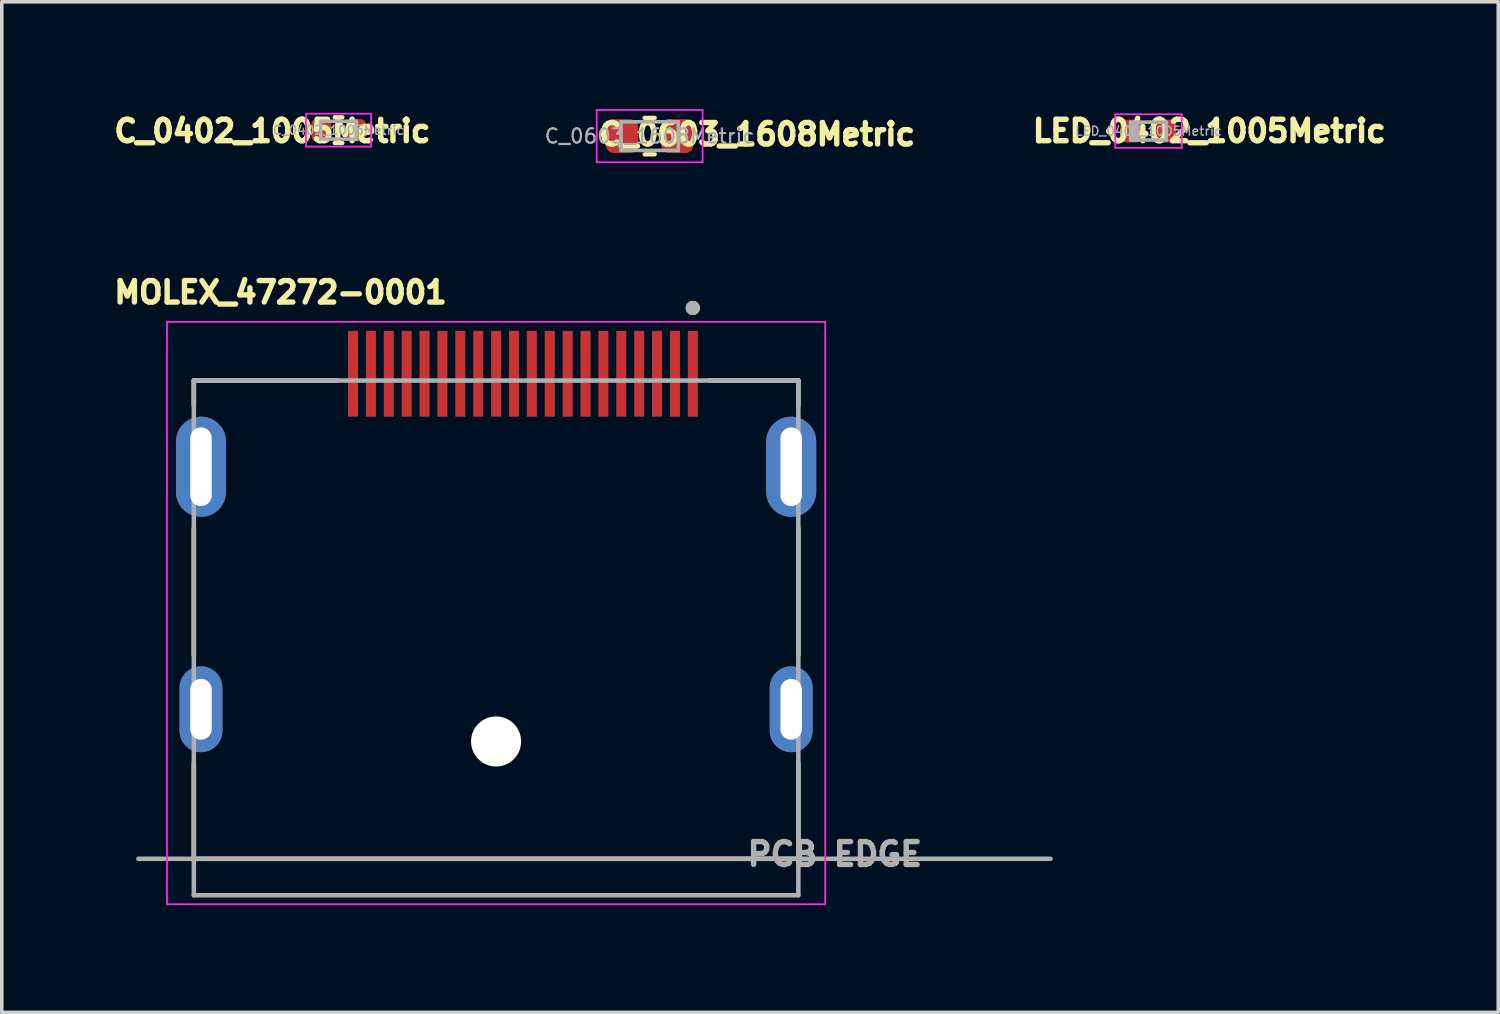
<source format=kicad_pcb>
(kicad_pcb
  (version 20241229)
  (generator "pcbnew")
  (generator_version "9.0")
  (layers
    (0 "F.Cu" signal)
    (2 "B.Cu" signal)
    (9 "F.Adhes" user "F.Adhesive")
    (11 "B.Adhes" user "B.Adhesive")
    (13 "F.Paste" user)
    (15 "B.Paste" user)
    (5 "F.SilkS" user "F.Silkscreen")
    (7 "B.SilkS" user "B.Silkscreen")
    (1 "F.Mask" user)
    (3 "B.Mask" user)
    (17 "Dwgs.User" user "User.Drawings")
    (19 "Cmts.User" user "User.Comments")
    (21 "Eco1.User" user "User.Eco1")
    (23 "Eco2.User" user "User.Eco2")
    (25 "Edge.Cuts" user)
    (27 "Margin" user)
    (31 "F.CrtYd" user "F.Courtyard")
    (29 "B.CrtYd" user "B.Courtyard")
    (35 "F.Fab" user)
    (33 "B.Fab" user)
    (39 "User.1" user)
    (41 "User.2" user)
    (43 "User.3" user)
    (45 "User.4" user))
  (footprint "LED_0402_1005Metric"
    (layer "F.Cu")
    (at 29.058 0.614)
    (property "Reference" "LED_0402_1005Metric" (at 1.7 0 180) (layer "F.SilkS") (effects (font (size 0.6 0.6) (thickness 0.15))))
    (attr smd)
    (fp_circle (center -1.09 0) (end -1.04 0) (stroke (width 0.1) (type solid)) (fill no) (layer "F.SilkS"))
    (fp_line (start -0.93 -0.47) (end 0.93 -0.47) (stroke (width 0.05) (type solid)) (layer "F.CrtYd"))
    (fp_line (start -0.93 0.47) (end -0.93 -0.47) (stroke (width 0.05) (type solid)) (layer "F.CrtYd"))
    (fp_line (start 0.93 -0.47) (end 0.93 0.47) (stroke (width 0.05) (type solid)) (layer "F.CrtYd"))
    (fp_line (start 0.93 0.47) (end -0.93 0.47) (stroke (width 0.05) (type solid)) (layer "F.CrtYd"))
    (fp_line (start -0.5 -0.25) (end 0.5 -0.25) (stroke (width 0.1) (type solid)) (layer "F.Fab"))
    (fp_line (start -0.5 0.25) (end -0.5 -0.25) (stroke (width 0.1) (type solid)) (layer "F.Fab"))
    (fp_line (start -0.4 0.25) (end -0.4 -0.25) (stroke (width 0.1) (type solid)) (layer "F.Fab"))
    (fp_line (start -0.3 0.25) (end -0.3 -0.25) (stroke (width 0.1) (type solid)) (layer "F.Fab"))
    (fp_line (start 0.5 -0.25) (end 0.5 0.25) (stroke (width 0.1) (type solid)) (layer "F.Fab"))
    (fp_line (start 0.5 0.25) (end -0.5 0.25) (stroke (width 0.1) (type solid)) (layer "F.Fab"))
    (fp_text user "${REFERENCE}" (at 0 0 180) (layer "F.Fab") (effects (font (size 0.25 0.25) (thickness 0.04))))
    (pad "1" smd roundrect (at -0.485 0) (size 0.59 0.64) (layers "F.Cu" "F.Mask" "F.Paste") (roundrect_rratio 0.25))
    (pad "2" smd roundrect (at 0.485 0) (size 0.59 0.64) (layers "F.Cu" "F.Mask" "F.Paste") (roundrect_rratio 0.25)))
  (footprint "C_0402_1005Metric"
    (layer "F.Cu")
    (at 6.415 0.589)
    (property "Reference" "C_0402_1005Metric" (at -1.85 0.025 0) (layer "F.SilkS") (effects (font (size 0.6 0.6) (thickness 0.15))))
    (attr smd)
    (fp_line (start -0.108 -0.36) (end 0.108 -0.36) (stroke (width 0.12) (type solid)) (layer "F.SilkS"))
    (fp_line (start -0.108 0.36) (end 0.108 0.36) (stroke (width 0.12) (type solid)) (layer "F.SilkS"))
    (fp_line (start -0.91 -0.46) (end 0.91 -0.46) (stroke (width 0.05) (type solid)) (layer "F.CrtYd"))
    (fp_line (start -0.91 0.46) (end -0.91 -0.46) (stroke (width 0.05) (type solid)) (layer "F.CrtYd"))
    (fp_line (start 0.91 -0.46) (end 0.91 0.46) (stroke (width 0.05) (type solid)) (layer "F.CrtYd"))
    (fp_line (start 0.91 0.46) (end -0.91 0.46) (stroke (width 0.05) (type solid)) (layer "F.CrtYd"))
    (fp_line (start -0.5 -0.25) (end 0.5 -0.25) (stroke (width 0.1) (type solid)) (layer "F.Fab"))
    (fp_line (start -0.5 0.25) (end -0.5 -0.25) (stroke (width 0.1) (type solid)) (layer "F.Fab"))
    (fp_line (start 0.5 -0.25) (end 0.5 0.25) (stroke (width 0.1) (type solid)) (layer "F.Fab"))
    (fp_line (start 0.5 0.25) (end -0.5 0.25) (stroke (width 0.1) (type solid)) (layer "F.Fab"))
    (fp_text user "${REFERENCE}" (at 0 0 0) (layer "F.Fab") (effects (font (size 0.25 0.25) (thickness 0.04))))
    (pad "1" smd roundrect (at -0.48 0) (size 0.56 0.62) (layers "F.Cu" "F.Mask" "F.Paste") (roundrect_rratio 0.25))
    (pad "2" smd roundrect (at 0.48 0) (size 0.56 0.62) (layers "F.Cu" "F.Mask" "F.Paste") (roundrect_rratio 0.25)))
  (footprint "MOLEX_47272-0001"
    (layer "F.Cu")
    (at 10.819 20.959)
    (property "Reference" "MOLEX_47272-0001" (at -6.025 -15.835 180) (layer "F.SilkS") (effects (font (size 0.6 0.6) (thickness 0.15))))
    (attr smd)
    (fp_line (start -8.45 -13.37) (end -8.45 -12.67) (stroke (width 0.127) (type solid)) (layer "F.SilkS"))
    (fp_line (start -8.45 -9.24) (end -8.45 -5.69) (stroke (width 0.127) (type solid)) (layer "F.SilkS"))
    (fp_line (start -8.45 -2.66) (end -8.45 0) (stroke (width 0.127) (type solid)) (layer "F.SilkS"))
    (fp_line (start -8.45 0) (end 8.45 0) (stroke (width 0.127) (type solid)) (layer "F.SilkS"))
    (fp_line (start -4.45 -13.37) (end -8.45 -13.37) (stroke (width 0.127) (type solid)) (layer "F.SilkS"))
    (fp_line (start 8.45 -13.37) (end 5.95 -13.37) (stroke (width 0.127) (type solid)) (layer "F.SilkS"))
    (fp_line (start 8.45 -13.37) (end 8.45 -12.67) (stroke (width 0.127) (type solid)) (layer "F.SilkS"))
    (fp_line (start 8.45 -9.24) (end 8.45 -5.69) (stroke (width 0.127) (type solid)) (layer "F.SilkS"))
    (fp_line (start 8.45 -2.66) (end 8.45 0) (stroke (width 0.127) (type solid)) (layer "F.SilkS"))
    (fp_circle (center 5.5 -15.4) (end 5.6 -15.4) (stroke (width 0.2) (type solid)) (fill no) (layer "F.SilkS"))
    (fp_line (start -9.2 -15.01) (end 9.2 -15.01) (stroke (width 0.05) (type solid)) (layer "F.CrtYd"))
    (fp_line (start -9.2 1.27) (end -9.2 -15.01) (stroke (width 0.05) (type solid)) (layer "F.CrtYd"))
    (fp_line (start 9.2 -15.01) (end 9.2 1.27) (stroke (width 0.05) (type solid)) (layer "F.CrtYd"))
    (fp_line (start 9.2 1.27) (end -9.2 1.27) (stroke (width 0.05) (type solid)) (layer "F.CrtYd"))
    (fp_line (start -8.45 -13.37) (end 8.45 -13.37) (stroke (width 0.127) (type solid)) (layer "F.Fab"))
    (fp_line (start -8.45 1.02) (end -8.45 -13.37) (stroke (width 0.127) (type solid)) (layer "F.Fab"))
    (fp_line (start 8.45 -13.37) (end 8.45 1.02) (stroke (width 0.127) (type solid)) (layer "F.Fab"))
    (fp_line (start 8.45 1.02) (end -8.45 1.02) (stroke (width 0.127) (type solid)) (layer "F.Fab"))
    (fp_line (start 15.5 0) (end -10 0) (stroke (width 0.127) (type solid)) (layer "F.Fab"))
    (fp_circle (center 5.5 -15.4) (end 5.6 -15.4) (stroke (width 0.2) (type solid)) (fill no) (layer "F.Fab"))
    (fp_text user "PCB EDGE" (at 9.47 -0.13 180) (layer "F.Fab") (effects (font (size 0.64 0.64) (thickness 0.15))))
    (pad "" np_thru_hole circle (at 0 -3.28) (size 1.4 1.4) (drill 1.4) (layers "*.Cu" "*.Mask"))
    (pad "1" smd rect (at 5.5 -13.56 90) (size 2.4 0.28) (layers "F.Cu" "F.Mask" "F.Paste"))
    (pad "2" smd rect (at 5 -13.56 90) (size 2.4 0.28) (layers "F.Cu" "F.Mask" "F.Paste"))
    (pad "3" smd rect (at 4.5 -13.56 90) (size 2.4 0.28) (layers "F.Cu" "F.Mask" "F.Paste"))
    (pad "4" smd rect (at 4 -13.56 90) (size 2.4 0.28) (layers "F.Cu" "F.Mask" "F.Paste"))
    (pad "5" smd rect (at 3.5 -13.56 90) (size 2.4 0.28) (layers "F.Cu" "F.Mask" "F.Paste"))
    (pad "6" smd rect (at 3 -13.56 90) (size 2.4 0.28) (layers "F.Cu" "F.Mask" "F.Paste"))
    (pad "7" smd rect (at 2.5 -13.56 90) (size 2.4 0.28) (layers "F.Cu" "F.Mask" "F.Paste"))
    (pad "8" smd rect (at 2 -13.56 90) (size 2.4 0.28) (layers "F.Cu" "F.Mask" "F.Paste"))
    (pad "9" smd rect (at 1.5 -13.56 90) (size 2.4 0.28) (layers "F.Cu" "F.Mask" "F.Paste"))
    (pad "10" smd rect (at 1 -13.56 90) (size 2.4 0.28) (layers "F.Cu" "F.Mask" "F.Paste"))
    (pad "11" smd rect (at 0.5 -13.56 90) (size 2.4 0.28) (layers "F.Cu" "F.Mask" "F.Paste"))
    (pad "12" smd rect (at 0 -13.56 90) (size 2.4 0.28) (layers "F.Cu" "F.Mask" "F.Paste"))
    (pad "13" smd rect (at -0.5 -13.56 90) (size 2.4 0.28) (layers "F.Cu" "F.Mask" "F.Paste"))
    (pad "14" smd rect (at -1 -13.56 90) (size 2.4 0.28) (layers "F.Cu" "F.Mask" "F.Paste"))
    (pad "15" smd rect (at -1.5 -13.56 90) (size 2.4 0.28) (layers "F.Cu" "F.Mask" "F.Paste"))
    (pad "16" smd rect (at -2 -13.56 90) (size 2.4 0.28) (layers "F.Cu" "F.Mask" "F.Paste"))
    (pad "17" smd rect (at -2.5 -13.56 90) (size 2.4 0.28) (layers "F.Cu" "F.Mask" "F.Paste"))
    (pad "18" smd rect (at -3 -13.56 90) (size 2.4 0.28) (layers "F.Cu" "F.Mask" "F.Paste"))
    (pad "19" smd rect (at -3.5 -13.56 90) (size 2.4 0.28) (layers "F.Cu" "F.Mask" "F.Paste"))
    (pad "20" smd rect (at -4 -13.56 90) (size 2.4 0.28) (layers "F.Cu" "F.Mask" "F.Paste"))
    (pad "S1" thru_hole oval (at -8.25 -10.96) (size 1.4 2.8) (drill oval 0.6 2.2) (layers "*.Cu" "*.Mask"))
    (pad "S2" thru_hole oval (at 8.25 -10.96) (size 1.4 2.8) (drill oval 0.6 2.2) (layers "*.Cu" "*.Mask"))
    (pad "S3" thru_hole oval (at -8.25 -4.18) (size 1.2 2.4) (drill oval 0.6 1.7) (layers "*.Cu" "*.Mask"))
    (pad "S4" thru_hole oval (at 8.25 -4.18) (size 1.2 2.4) (drill oval 0.6 1.7) (layers "*.Cu" "*.Mask")))
  (footprint "C_0603_1608Metric"
    (layer "F.Cu")
    (at 15.113 0.755)
    (property "Reference" "C_0603_1608Metric" (at 3 -0.05 180) (layer "F.SilkS") (effects (font (size 0.6 0.6) (thickness 0.15))))
    (attr smd)
    (fp_line (start -0.141 -0.51) (end 0.141 -0.51) (stroke (width 0.12) (type solid)) (layer "F.SilkS"))
    (fp_line (start -0.141 0.51) (end 0.141 0.51) (stroke (width 0.12) (type solid)) (layer "F.SilkS"))
    (fp_line (start -1.48 -0.73) (end 1.48 -0.73) (stroke (width 0.05) (type solid)) (layer "F.CrtYd"))
    (fp_line (start -1.48 0.73) (end -1.48 -0.73) (stroke (width 0.05) (type solid)) (layer "F.CrtYd"))
    (fp_line (start 1.48 -0.73) (end 1.48 0.73) (stroke (width 0.05) (type solid)) (layer "F.CrtYd"))
    (fp_line (start 1.48 0.73) (end -1.48 0.73) (stroke (width 0.05) (type solid)) (layer "F.CrtYd"))
    (fp_line (start -0.8 -0.4) (end 0.8 -0.4) (stroke (width 0.1) (type solid)) (layer "F.Fab"))
    (fp_line (start -0.8 0.4) (end -0.8 -0.4) (stroke (width 0.1) (type solid)) (layer "F.Fab"))
    (fp_line (start 0.8 -0.4) (end 0.8 0.4) (stroke (width 0.1) (type solid)) (layer "F.Fab"))
    (fp_line (start 0.8 0.4) (end -0.8 0.4) (stroke (width 0.1) (type solid)) (layer "F.Fab"))
    (fp_text user "${REFERENCE}" (at 0 0 180) (layer "F.Fab") (effects (font (size 0.4 0.4) (thickness 0.06))))
    (pad "1" smd roundrect (at -0.775 0) (size 0.9 0.95) (layers "F.Cu" "F.Mask" "F.Paste") (roundrect_rratio 0.25))
    (pad "2" smd roundrect (at 0.775 0) (size 0.9 0.95) (layers "F.Cu" "F.Mask" "F.Paste") (roundrect_rratio 0.25)))
  (gr_rect
    (start -3 -3)
    (end 38.837 25.254)
    (stroke (width 0.1) (type default))
    (fill no)
    (layer "Edge.Cuts")))
</source>
